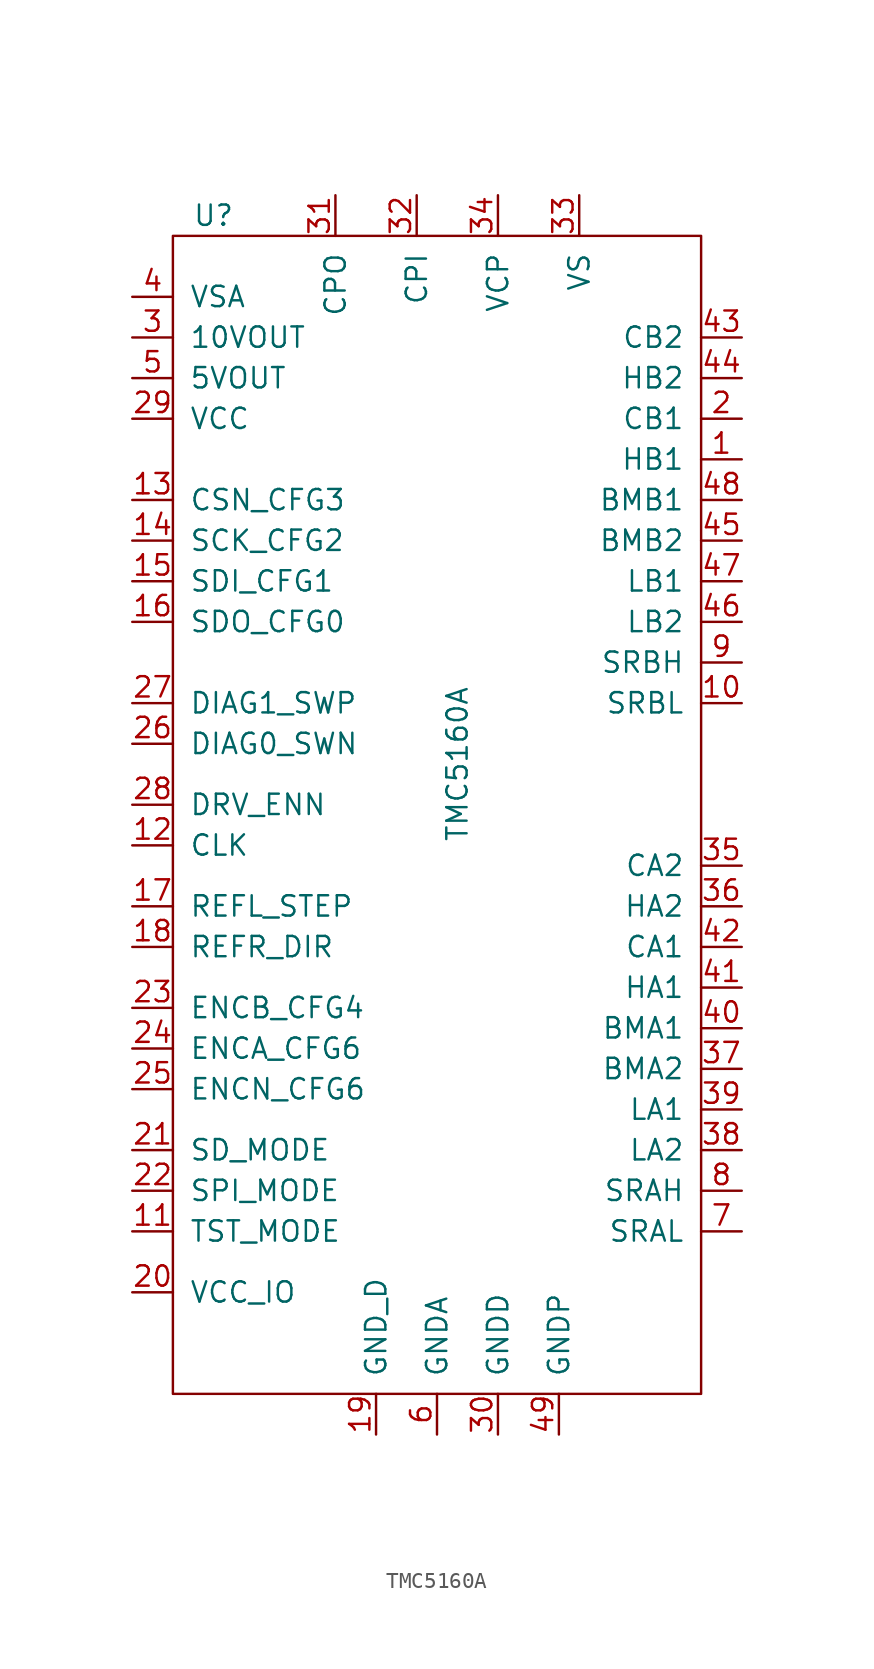
<source format=kicad_sym>
(kicad_symbol_lib
  (version 20211014)
  (generator kicad_symbol_editor)
  (symbol "TMC5160A"
    (pin_names
      (offset 1.016))
    (property "Reference" "U"
      (at -15.24 34.29 0)
      (effects (font (size 1.27 1.27))))
    (property "Value" "TMC5160A"
      (at 0 0 90)
      (effects (font (size 1.27 1.27))))
    (symbol "TMC5160A_0_1"
      (rectangle (start -17.78 33.02) (end 15.24 -39.37) (stroke (width 0) (type default) (color 0 0 0 0)) (fill (type none))))
    (symbol "TMC5160A_1_1"
      (pin input line (at 17.78 19.05 180) (length 2.54) (name "HB1" (effects (font (size 1.27 1.27)))) (number "1" (effects (font (size 1.27 1.27)))))
      (pin input line (at 17.78 3.81 180) (length 2.54) (name "SRBL" (effects (font (size 1.27 1.27)))) (number "10" (effects (font (size 1.27 1.27)))))
      (pin input line (at -20.32 -29.21 0) (length 2.54) (name "TST_MODE" (effects (font (size 1.27 1.27)))) (number "11" (effects (font (size 1.27 1.27)))))
      (pin input line (at -20.32 -5.08 0) (length 2.54) (name "CLK" (effects (font (size 1.27 1.27)))) (number "12" (effects (font (size 1.27 1.27)))))
      (pin input line (at -20.32 16.51 0) (length 2.54) (name "CSN_CFG3" (effects (font (size 1.27 1.27)))) (number "13" (effects (font (size 1.27 1.27)))))
      (pin input line (at -20.32 13.97 0) (length 2.54) (name "SCK_CFG2" (effects (font (size 1.27 1.27)))) (number "14" (effects (font (size 1.27 1.27)))))
      (pin input line (at -20.32 11.43 0) (length 2.54) (name "SDI_CFG1" (effects (font (size 1.27 1.27)))) (number "15" (effects (font (size 1.27 1.27)))))
      (pin input line (at -20.32 8.89 0) (length 2.54) (name "SDO_CFG0" (effects (font (size 1.27 1.27)))) (number "16" (effects (font (size 1.27 1.27)))))
      (pin input line (at -20.32 -8.89 0) (length 2.54) (name "REFL_STEP" (effects (font (size 1.27 1.27)))) (number "17" (effects (font (size 1.27 1.27)))))
      (pin input line (at -20.32 -11.43 0) (length 2.54) (name "REFR_DIR" (effects (font (size 1.27 1.27)))) (number "18" (effects (font (size 1.27 1.27)))))
      (pin input line (at -5.08 -41.91 90) (length 2.54) (name "GND_D" (effects (font (size 1.27 1.27)))) (number "19" (effects (font (size 1.27 1.27)))))
      (pin input line (at 17.78 21.59 180) (length 2.54) (name "CB1" (effects (font (size 1.27 1.27)))) (number "2" (effects (font (size 1.27 1.27)))))
      (pin input line (at -20.32 -33.02 0) (length 2.54) (name "VCC_IO" (effects (font (size 1.27 1.27)))) (number "20" (effects (font (size 1.27 1.27)))))
      (pin input line (at -20.32 -24.13 0) (length 2.54) (name "SD_MODE" (effects (font (size 1.27 1.27)))) (number "21" (effects (font (size 1.27 1.27)))))
      (pin input line (at -20.32 -26.67 0) (length 2.54) (name "SPI_MODE" (effects (font (size 1.27 1.27)))) (number "22" (effects (font (size 1.27 1.27)))))
      (pin input line (at -20.32 -15.24 0) (length 2.54) (name "ENCB_CFG4" (effects (font (size 1.27 1.27)))) (number "23" (effects (font (size 1.27 1.27)))))
      (pin input line (at -20.32 -17.78 0) (length 2.54) (name "ENCA_CFG6" (effects (font (size 1.27 1.27)))) (number "24" (effects (font (size 1.27 1.27)))))
      (pin input line (at -20.32 -20.32 0) (length 2.54) (name "ENCN_CFG6" (effects (font (size 1.27 1.27)))) (number "25" (effects (font (size 1.27 1.27)))))
      (pin input line (at -20.32 1.27 0) (length 2.54) (name "DIAG0_SWN" (effects (font (size 1.27 1.27)))) (number "26" (effects (font (size 1.27 1.27)))))
      (pin input line (at -20.32 3.81 0) (length 2.54) (name "DIAG1_SWP" (effects (font (size 1.27 1.27)))) (number "27" (effects (font (size 1.27 1.27)))))
      (pin input line (at -20.32 -2.54 0) (length 2.54) (name "DRV_ENN" (effects (font (size 1.27 1.27)))) (number "28" (effects (font (size 1.27 1.27)))))
      (pin input line (at -20.32 21.59 0) (length 2.54) (name "VCC" (effects (font (size 1.27 1.27)))) (number "29" (effects (font (size 1.27 1.27)))))
      (pin input line (at -20.32 26.67 0) (length 2.54) (name "10VOUT" (effects (font (size 1.27 1.27)))) (number "3" (effects (font (size 1.27 1.27)))))
      (pin input line (at 2.54 -41.91 90) (length 2.54) (name "GNDD" (effects (font (size 1.27 1.27)))) (number "30" (effects (font (size 1.27 1.27)))))
      (pin input line (at -7.62 35.56 270) (length 2.54) (name "CPO" (effects (font (size 1.27 1.27)))) (number "31" (effects (font (size 1.27 1.27)))))
      (pin input line (at -2.54 35.56 270) (length 2.54) (name "CPI" (effects (font (size 1.27 1.27)))) (number "32" (effects (font (size 1.27 1.27)))))
      (pin input line (at 7.62 35.56 270) (length 2.54) (name "VS" (effects (font (size 1.27 1.27)))) (number "33" (effects (font (size 1.27 1.27)))))
      (pin input line (at 2.54 35.56 270) (length 2.54) (name "VCP" (effects (font (size 1.27 1.27)))) (number "34" (effects (font (size 1.27 1.27)))))
      (pin input line (at 17.78 -6.35 180) (length 2.54) (name "CA2" (effects (font (size 1.27 1.27)))) (number "35" (effects (font (size 1.27 1.27)))))
      (pin input line (at 17.78 -8.89 180) (length 2.54) (name "HA2" (effects (font (size 1.27 1.27)))) (number "36" (effects (font (size 1.27 1.27)))))
      (pin input line (at 17.78 -19.05 180) (length 2.54) (name "BMA2" (effects (font (size 1.27 1.27)))) (number "37" (effects (font (size 1.27 1.27)))))
      (pin input line (at 17.78 -24.13 180) (length 2.54) (name "LA2" (effects (font (size 1.27 1.27)))) (number "38" (effects (font (size 1.27 1.27)))))
      (pin input line (at 17.78 -21.59 180) (length 2.54) (name "LA1" (effects (font (size 1.27 1.27)))) (number "39" (effects (font (size 1.27 1.27)))))
      (pin input line (at -20.32 29.21 0) (length 2.54) (name "VSA" (effects (font (size 1.27 1.27)))) (number "4" (effects (font (size 1.27 1.27)))))
      (pin input line (at 17.78 -16.51 180) (length 2.54) (name "BMA1" (effects (font (size 1.27 1.27)))) (number "40" (effects (font (size 1.27 1.27)))))
      (pin input line (at 17.78 -13.97 180) (length 2.54) (name "HA1" (effects (font (size 1.27 1.27)))) (number "41" (effects (font (size 1.27 1.27)))))
      (pin input line (at 17.78 -11.43 180) (length 2.54) (name "CA1" (effects (font (size 1.27 1.27)))) (number "42" (effects (font (size 1.27 1.27)))))
      (pin input line (at 17.78 26.67 180) (length 2.54) (name "CB2" (effects (font (size 1.27 1.27)))) (number "43" (effects (font (size 1.27 1.27)))))
      (pin input line (at 17.78 24.13 180) (length 2.54) (name "HB2" (effects (font (size 1.27 1.27)))) (number "44" (effects (font (size 1.27 1.27)))))
      (pin input line (at 17.78 13.97 180) (length 2.54) (name "BMB2" (effects (font (size 1.27 1.27)))) (number "45" (effects (font (size 1.27 1.27)))))
      (pin input line (at 17.78 8.89 180) (length 2.54) (name "LB2" (effects (font (size 1.27 1.27)))) (number "46" (effects (font (size 1.27 1.27)))))
      (pin input line (at 17.78 11.43 180) (length 2.54) (name "LB1" (effects (font (size 1.27 1.27)))) (number "47" (effects (font (size 1.27 1.27)))))
      (pin input line (at 17.78 16.51 180) (length 2.54) (name "BMB1" (effects (font (size 1.27 1.27)))) (number "48" (effects (font (size 1.27 1.27)))))
      (pin input line (at 6.35 -41.91 90) (length 2.54) (name "GNDP" (effects (font (size 1.27 1.27)))) (number "49" (effects (font (size 1.27 1.27)))))
      (pin input line (at -20.32 24.13 0) (length 2.54) (name "5VOUT" (effects (font (size 1.27 1.27)))) (number "5" (effects (font (size 1.27 1.27)))))
      (pin input line (at -1.27 -41.91 90) (length 2.54) (name "GNDA" (effects (font (size 1.27 1.27)))) (number "6" (effects (font (size 1.27 1.27)))))
      (pin input line (at 17.78 -29.21 180) (length 2.54) (name "SRAL" (effects (font (size 1.27 1.27)))) (number "7" (effects (font (size 1.27 1.27)))))
      (pin input line (at 17.78 -26.67 180) (length 2.54) (name "SRAH" (effects (font (size 1.27 1.27)))) (number "8" (effects (font (size 1.27 1.27)))))
      (pin input line (at 17.78 6.35 180) (length 2.54) (name "SRBH" (effects (font (size 1.27 1.27)))) (number "9" (effects (font (size 1.27 1.27))))))))
</source>
